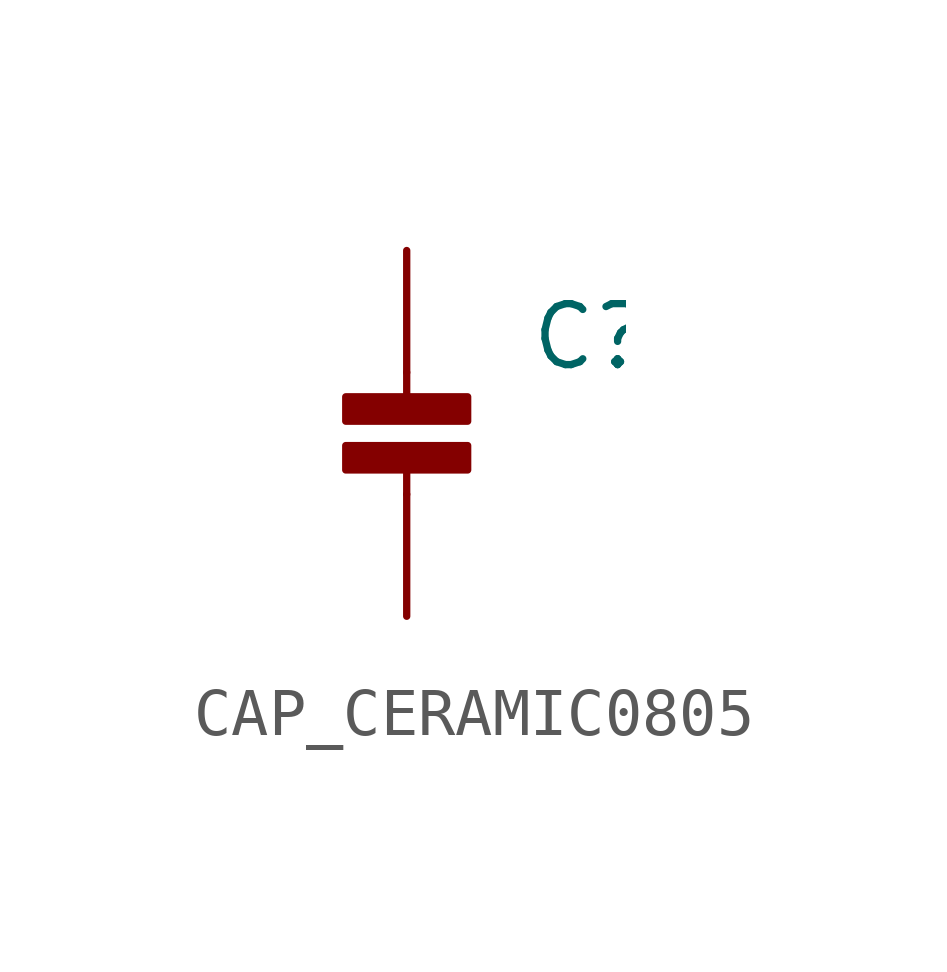
<source format=kicad_sym>
(kicad_symbol_lib
  (version 20220914)
  (generator kicad_symbol_editor)
  (symbol "CAP_CERAMIC0805"
    (property "Reference" "C"
      (at 2.54 2.54 0)
      (effects (font (size 1.27 1.27)) (justify left bottom)))
    (property "Value" ""
      (at 2.54 0 0)
      (effects (font (size 1.27 1.27)) (justify left bottom)))
    (property "ki_locked" ""
      (at 0 0 0)
      (effects (font (size 1.27 1.27))))
    (symbol "CAP_CERAMIC0805_1_0"
      (rectangle (start -1.27 0.508) (end 1.27 1.016) (stroke (width 0) (type default)) (fill (type outline)))
      (rectangle (start -1.27 1.524) (end 1.27 2.032) (stroke (width 0) (type default)) (fill (type outline)))
      (polyline (pts (xy 0 0.762) (xy 0 0)) (stroke (width 0.152) (type solid)) (fill (type none)))
      (polyline (pts (xy 0 2.54) (xy 0 1.778)) (stroke (width 0.152) (type solid)) (fill (type none)))
      (pin passive line (at 0 5.08 270) (length 2.54) (name "P$1" (effects (font (size 0 0)))) (number "1" (effects (font (size 0 0)))))
      (pin passive line (at 0 -2.54 90) (length 2.54) (name "P$2" (effects (font (size 0 0)))) (number "2" (effects (font (size 0 0))))))))
</source>
